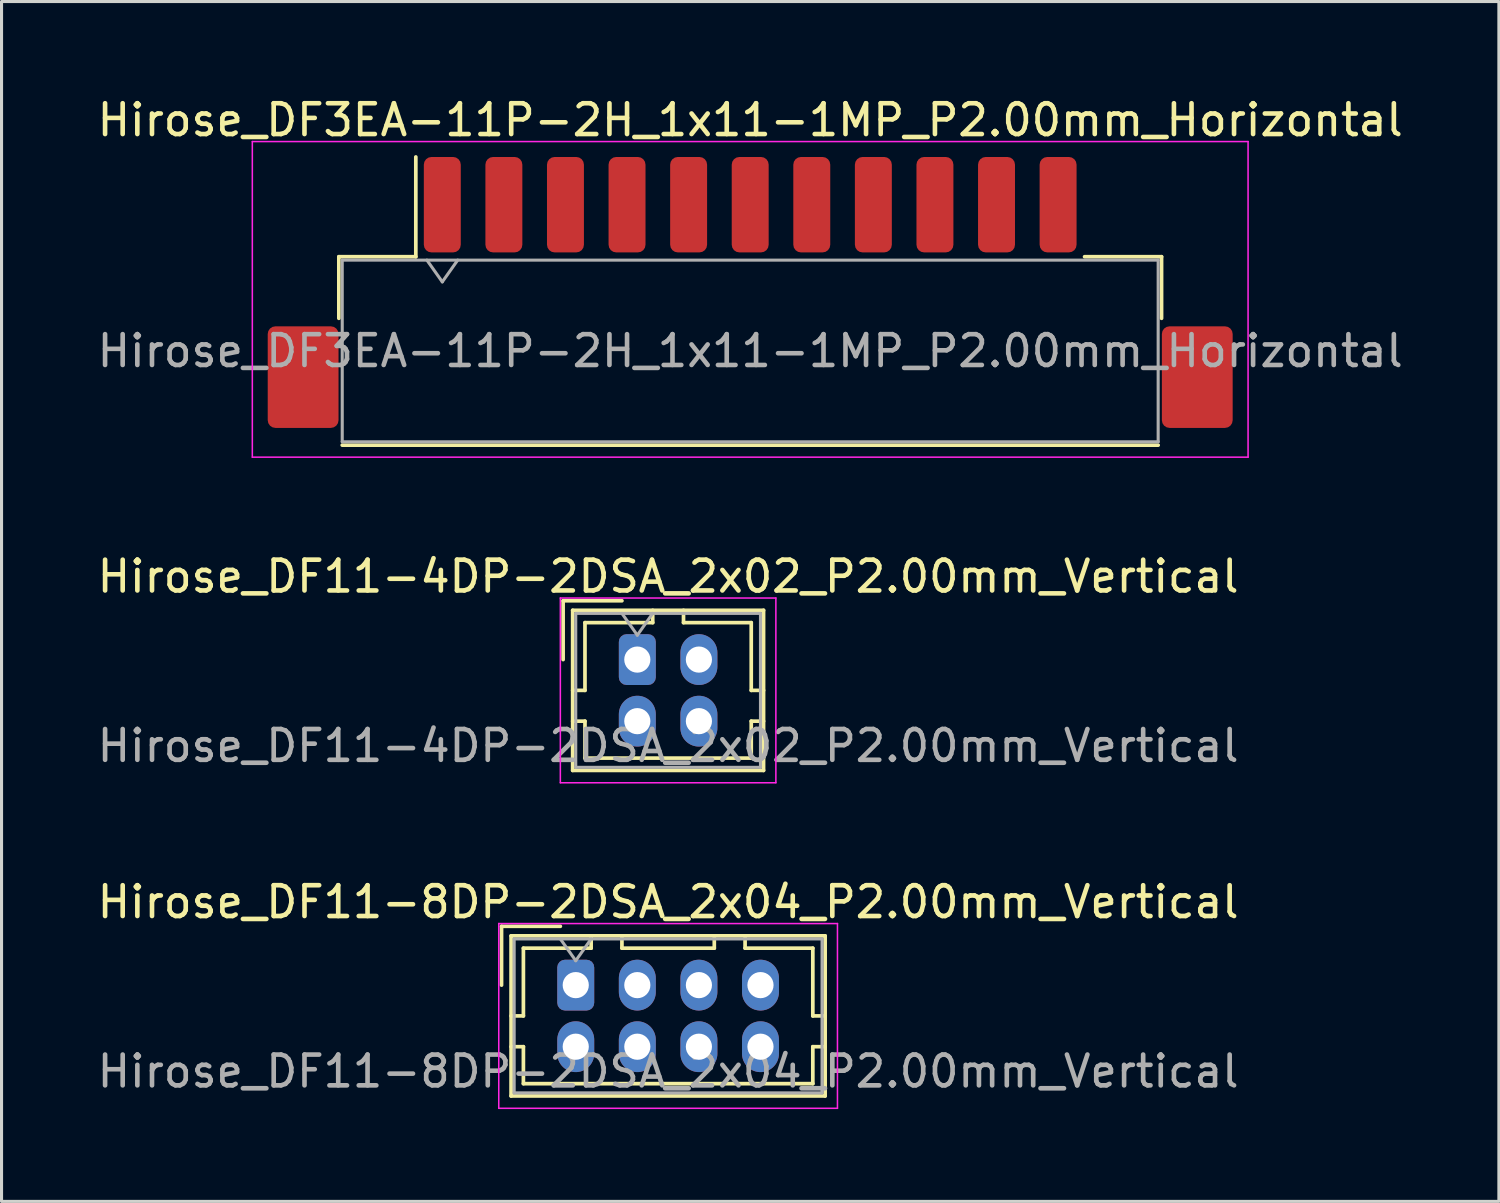
<source format=kicad_pcb>
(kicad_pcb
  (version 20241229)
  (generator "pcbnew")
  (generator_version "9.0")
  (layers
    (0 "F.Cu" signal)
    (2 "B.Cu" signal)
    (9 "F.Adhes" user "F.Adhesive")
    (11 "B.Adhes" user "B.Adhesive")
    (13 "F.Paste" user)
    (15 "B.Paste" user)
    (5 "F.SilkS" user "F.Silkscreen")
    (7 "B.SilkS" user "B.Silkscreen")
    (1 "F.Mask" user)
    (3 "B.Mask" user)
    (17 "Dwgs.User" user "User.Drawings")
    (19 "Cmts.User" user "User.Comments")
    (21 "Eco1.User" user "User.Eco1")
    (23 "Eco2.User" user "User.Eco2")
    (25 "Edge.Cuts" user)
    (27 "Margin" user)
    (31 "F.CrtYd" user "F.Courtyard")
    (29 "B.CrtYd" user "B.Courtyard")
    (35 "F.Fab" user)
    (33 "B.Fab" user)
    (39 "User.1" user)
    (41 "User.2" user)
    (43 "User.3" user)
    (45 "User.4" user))
  (footprint "Hirose_DF3EA-11P-2H_1x11-1MP_P2.00mm_Horizontal"
    (layer "F.Cu")
    (at 21.315 6.448)
    (property "Reference" "Hirose_DF3EA-11P-2H_1x11-1MP_P2.00mm_Horizontal" (at 0 -5.6 0) (layer "F.SilkS") (effects (font (size 1 1) (thickness 0.15))))
    (attr smd)
    (fp_line (start -13.36 -1.16) (end -10.86 -1.16) (stroke (width 0.12) (type solid)) (layer "F.SilkS"))
    (fp_line (start -13.36 0.84) (end -13.36 -1.16) (stroke (width 0.12) (type solid)) (layer "F.SilkS"))
    (fp_line (start -13.25 4.96) (end 13.25 4.96) (stroke (width 0.12) (type solid)) (layer "F.SilkS"))
    (fp_line (start -10.86 -1.16) (end -10.86 -4.4) (stroke (width 0.12) (type solid)) (layer "F.SilkS"))
    (fp_line (start 13.36 -1.16) (end 10.86 -1.16) (stroke (width 0.12) (type solid)) (layer "F.SilkS"))
    (fp_line (start 13.36 0.84) (end 13.36 -1.16) (stroke (width 0.12) (type solid)) (layer "F.SilkS"))
    (fp_line (start -16.17 -4.9) (end -16.17 5.35) (stroke (width 0.05) (type solid)) (layer "F.CrtYd"))
    (fp_line (start -16.17 5.35) (end 16.17 5.35) (stroke (width 0.05) (type solid)) (layer "F.CrtYd"))
    (fp_line (start 16.17 -4.9) (end -16.17 -4.9) (stroke (width 0.05) (type solid)) (layer "F.CrtYd"))
    (fp_line (start 16.17 5.35) (end 16.17 -4.9) (stroke (width 0.05) (type solid)) (layer "F.CrtYd"))
    (fp_line (start -13.25 -1.05) (end -13.25 4.85) (stroke (width 0.1) (type solid)) (layer "F.Fab"))
    (fp_line (start -13.25 -1.05) (end 13.25 -1.05) (stroke (width 0.1) (type solid)) (layer "F.Fab"))
    (fp_line (start -13.25 4.85) (end 13.25 4.85) (stroke (width 0.1) (type solid)) (layer "F.Fab"))
    (fp_line (start -10.5 -1.05) (end -10 -0.343) (stroke (width 0.1) (type solid)) (layer "F.Fab"))
    (fp_line (start -10 -0.343) (end -9.5 -1.05) (stroke (width 0.1) (type solid)) (layer "F.Fab"))
    (fp_line (start 13.25 -1.05) (end 13.25 4.85) (stroke (width 0.1) (type solid)) (layer "F.Fab"))
    (fp_text user "${REFERENCE}" (at 0 1.9 0) (layer "F.Fab") (effects (font (size 1 1) (thickness 0.15))))
    (pad "1" smd roundrect (at -10 -2.85) (size 1.2 3.1) (layers "F.Cu" "F.Mask" "F.Paste") (roundrect_rratio 0.208))
    (pad "2" smd roundrect (at -8 -2.85) (size 1.2 3.1) (layers "F.Cu" "F.Mask" "F.Paste") (roundrect_rratio 0.208))
    (pad "3" smd roundrect (at -6 -2.85) (size 1.2 3.1) (layers "F.Cu" "F.Mask" "F.Paste") (roundrect_rratio 0.208))
    (pad "4" smd roundrect (at -4 -2.85) (size 1.2 3.1) (layers "F.Cu" "F.Mask" "F.Paste") (roundrect_rratio 0.208))
    (pad "5" smd roundrect (at -2 -2.85) (size 1.2 3.1) (layers "F.Cu" "F.Mask" "F.Paste") (roundrect_rratio 0.208))
    (pad "6" smd roundrect (at 0 -2.85) (size 1.2 3.1) (layers "F.Cu" "F.Mask" "F.Paste") (roundrect_rratio 0.208))
    (pad "7" smd roundrect (at 2 -2.85) (size 1.2 3.1) (layers "F.Cu" "F.Mask" "F.Paste") (roundrect_rratio 0.208))
    (pad "8" smd roundrect (at 4 -2.85) (size 1.2 3.1) (layers "F.Cu" "F.Mask" "F.Paste") (roundrect_rratio 0.208))
    (pad "9" smd roundrect (at 6 -2.85) (size 1.2 3.1) (layers "F.Cu" "F.Mask" "F.Paste") (roundrect_rratio 0.208))
    (pad "10" smd roundrect (at 8 -2.85) (size 1.2 3.1) (layers "F.Cu" "F.Mask" "F.Paste") (roundrect_rratio 0.208))
    (pad "11" smd roundrect (at 10 -2.85) (size 1.2 3.1) (layers "F.Cu" "F.Mask" "F.Paste") (roundrect_rratio 0.208))
    (pad "MP" smd roundrect (at -14.52 2.75) (size 2.3 3.3) (layers "F.Cu" "F.Mask" "F.Paste") (roundrect_rratio 0.109))
    (pad "MP" smd roundrect (at 14.52 2.75) (size 2.3 3.3) (layers "F.Cu" "F.Mask" "F.Paste") (roundrect_rratio 0.109)))
  (footprint "Hirose_DF11-8DP-2DSA_2x04_P2.00mm_Vertical"
    (layer "F.Cu")
    (at 15.649 28.945)
    (property "Reference" "Hirose_DF11-8DP-2DSA_2x04_P2.00mm_Vertical" (at 3 -2.7 0) (layer "F.SilkS") (effects (font (size 1 1) (thickness 0.15))))
    (attr through_hole)
    (fp_line (start -2.41 -1.91) (end -0.5 -1.91) (stroke (width 0.12) (type solid)) (layer "F.SilkS"))
    (fp_line (start -2.41 0) (end -2.41 -1.91) (stroke (width 0.12) (type solid)) (layer "F.SilkS"))
    (fp_line (start -2.1 -1.6) (end -2.1 3.6) (stroke (width 0.12) (type solid)) (layer "F.SilkS"))
    (fp_line (start -2.1 1) (end -1.7 1) (stroke (width 0.12) (type solid)) (layer "F.SilkS"))
    (fp_line (start -2.1 2) (end -1.7 2) (stroke (width 0.12) (type solid)) (layer "F.SilkS"))
    (fp_line (start -2.1 3.6) (end 8.1 3.6) (stroke (width 0.12) (type solid)) (layer "F.SilkS"))
    (fp_line (start -1.7 -1.2) (end 0.5 -1.2) (stroke (width 0.12) (type solid)) (layer "F.SilkS"))
    (fp_line (start -1.7 1) (end -1.7 -1.2) (stroke (width 0.12) (type solid)) (layer "F.SilkS"))
    (fp_line (start -1.7 2) (end -1.7 3.2) (stroke (width 0.12) (type solid)) (layer "F.SilkS"))
    (fp_line (start -1.7 3.2) (end 7.7 3.2) (stroke (width 0.12) (type solid)) (layer "F.SilkS"))
    (fp_line (start 0.5 -1.2) (end 0.5 -1.6) (stroke (width 0.12) (type solid)) (layer "F.SilkS"))
    (fp_line (start 1.5 -1.6) (end 1.5 -1.2) (stroke (width 0.12) (type solid)) (layer "F.SilkS"))
    (fp_line (start 1.5 -1.2) (end 4.5 -1.2) (stroke (width 0.12) (type solid)) (layer "F.SilkS"))
    (fp_line (start 4.5 -1.2) (end 4.5 -1.6) (stroke (width 0.12) (type solid)) (layer "F.SilkS"))
    (fp_line (start 5.5 -1.2) (end 5.5 -1.6) (stroke (width 0.12) (type solid)) (layer "F.SilkS"))
    (fp_line (start 7.7 -1.2) (end 5.5 -1.2) (stroke (width 0.12) (type solid)) (layer "F.SilkS"))
    (fp_line (start 7.7 1) (end 7.7 -1.2) (stroke (width 0.12) (type solid)) (layer "F.SilkS"))
    (fp_line (start 7.7 2) (end 8.1 2) (stroke (width 0.12) (type solid)) (layer "F.SilkS"))
    (fp_line (start 7.7 3.2) (end 7.7 2) (stroke (width 0.12) (type solid)) (layer "F.SilkS"))
    (fp_line (start 8.1 -1.6) (end -2.1 -1.6) (stroke (width 0.12) (type solid)) (layer "F.SilkS"))
    (fp_line (start 8.1 1) (end 7.7 1) (stroke (width 0.12) (type solid)) (layer "F.SilkS"))
    (fp_line (start 8.1 3.6) (end 8.1 -1.6) (stroke (width 0.12) (type solid)) (layer "F.SilkS"))
    (fp_line (start -2.5 -2) (end -2.5 4) (stroke (width 0.05) (type solid)) (layer "F.CrtYd"))
    (fp_line (start -2.5 4) (end 8.5 4) (stroke (width 0.05) (type solid)) (layer "F.CrtYd"))
    (fp_line (start 8.5 -2) (end -2.5 -2) (stroke (width 0.05) (type solid)) (layer "F.CrtYd"))
    (fp_line (start 8.5 4) (end 8.5 -2) (stroke (width 0.05) (type solid)) (layer "F.CrtYd"))
    (fp_line (start -2 -1.5) (end -2 3.5) (stroke (width 0.1) (type solid)) (layer "F.Fab"))
    (fp_line (start -2 3.5) (end 8 3.5) (stroke (width 0.1) (type solid)) (layer "F.Fab"))
    (fp_line (start -0.5 -1.5) (end 0 -0.793) (stroke (width 0.1) (type solid)) (layer "F.Fab"))
    (fp_line (start 0 -0.793) (end 0.5 -1.5) (stroke (width 0.1) (type solid)) (layer "F.Fab"))
    (fp_line (start 8 -1.5) (end -2 -1.5) (stroke (width 0.1) (type solid)) (layer "F.Fab"))
    (fp_line (start 8 3.5) (end 8 -1.5) (stroke (width 0.1) (type solid)) (layer "F.Fab"))
    (fp_text user "${REFERENCE}" (at 3 2.8 0) (layer "F.Fab") (effects (font (size 1 1) (thickness 0.15))))
    (pad "1" thru_hole roundrect (at 0 0) (size 1.2 1.65) (drill 0.85) (layers "*.Cu" "*.Mask") (roundrect_rratio 0.208))
    (pad "2" thru_hole oval (at 0 2) (size 1.2 1.65) (drill 0.85) (layers "*.Cu" "*.Mask"))
    (pad "3" thru_hole oval (at 2 0) (size 1.2 1.65) (drill 0.85) (layers "*.Cu" "*.Mask"))
    (pad "4" thru_hole oval (at 2 2) (size 1.2 1.65) (drill 0.85) (layers "*.Cu" "*.Mask"))
    (pad "5" thru_hole oval (at 4 0) (size 1.2 1.65) (drill 0.85) (layers "*.Cu" "*.Mask"))
    (pad "6" thru_hole oval (at 4 2) (size 1.2 1.65) (drill 0.85) (layers "*.Cu" "*.Mask"))
    (pad "7" thru_hole oval (at 6 0) (size 1.2 1.65) (drill 0.85) (layers "*.Cu" "*.Mask"))
    (pad "8" thru_hole oval (at 6 2) (size 1.2 1.65) (drill 0.85) (layers "*.Cu" "*.Mask")))
  (footprint "Hirose_DF11-4DP-2DSA_2x02_P2.00mm_Vertical"
    (layer "F.Cu")
    (at 17.649 18.372)
    (property "Reference" "Hirose_DF11-4DP-2DSA_2x02_P2.00mm_Vertical" (at 1 -2.7 0) (layer "F.SilkS") (effects (font (size 1 1) (thickness 0.15))))
    (attr through_hole)
    (fp_line (start -2.41 -1.91) (end -0.5 -1.91) (stroke (width 0.12) (type solid)) (layer "F.SilkS"))
    (fp_line (start -2.41 0) (end -2.41 -1.91) (stroke (width 0.12) (type solid)) (layer "F.SilkS"))
    (fp_line (start -2.1 -1.6) (end -2.1 3.6) (stroke (width 0.12) (type solid)) (layer "F.SilkS"))
    (fp_line (start -2.1 1) (end -1.7 1) (stroke (width 0.12) (type solid)) (layer "F.SilkS"))
    (fp_line (start -2.1 2) (end -1.7 2) (stroke (width 0.12) (type solid)) (layer "F.SilkS"))
    (fp_line (start -2.1 3.6) (end 4.1 3.6) (stroke (width 0.12) (type solid)) (layer "F.SilkS"))
    (fp_line (start -1.7 -1.2) (end 0.5 -1.2) (stroke (width 0.12) (type solid)) (layer "F.SilkS"))
    (fp_line (start -1.7 1) (end -1.7 -1.2) (stroke (width 0.12) (type solid)) (layer "F.SilkS"))
    (fp_line (start -1.7 2) (end -1.7 3.2) (stroke (width 0.12) (type solid)) (layer "F.SilkS"))
    (fp_line (start -1.7 3.2) (end 3.7 3.2) (stroke (width 0.12) (type solid)) (layer "F.SilkS"))
    (fp_line (start 0.5 -1.2) (end 0.5 -1.6) (stroke (width 0.12) (type solid)) (layer "F.SilkS"))
    (fp_line (start 1.5 -1.2) (end 1.5 -1.6) (stroke (width 0.12) (type solid)) (layer "F.SilkS"))
    (fp_line (start 3.7 -1.2) (end 1.5 -1.2) (stroke (width 0.12) (type solid)) (layer "F.SilkS"))
    (fp_line (start 3.7 1) (end 3.7 -1.2) (stroke (width 0.12) (type solid)) (layer "F.SilkS"))
    (fp_line (start 3.7 2) (end 4.1 2) (stroke (width 0.12) (type solid)) (layer "F.SilkS"))
    (fp_line (start 3.7 3.2) (end 3.7 2) (stroke (width 0.12) (type solid)) (layer "F.SilkS"))
    (fp_line (start 4.1 -1.6) (end -2.1 -1.6) (stroke (width 0.12) (type solid)) (layer "F.SilkS"))
    (fp_line (start 4.1 1) (end 3.7 1) (stroke (width 0.12) (type solid)) (layer "F.SilkS"))
    (fp_line (start 4.1 3.6) (end 4.1 -1.6) (stroke (width 0.12) (type solid)) (layer "F.SilkS"))
    (fp_line (start -2.5 -2) (end -2.5 4) (stroke (width 0.05) (type solid)) (layer "F.CrtYd"))
    (fp_line (start -2.5 4) (end 4.5 4) (stroke (width 0.05) (type solid)) (layer "F.CrtYd"))
    (fp_line (start 4.5 -2) (end -2.5 -2) (stroke (width 0.05) (type solid)) (layer "F.CrtYd"))
    (fp_line (start 4.5 4) (end 4.5 -2) (stroke (width 0.05) (type solid)) (layer "F.CrtYd"))
    (fp_line (start -2 -1.5) (end -2 3.5) (stroke (width 0.1) (type solid)) (layer "F.Fab"))
    (fp_line (start -2 3.5) (end 4 3.5) (stroke (width 0.1) (type solid)) (layer "F.Fab"))
    (fp_line (start -0.5 -1.5) (end 0 -0.793) (stroke (width 0.1) (type solid)) (layer "F.Fab"))
    (fp_line (start 0 -0.793) (end 0.5 -1.5) (stroke (width 0.1) (type solid)) (layer "F.Fab"))
    (fp_line (start 4 -1.5) (end -2 -1.5) (stroke (width 0.1) (type solid)) (layer "F.Fab"))
    (fp_line (start 4 3.5) (end 4 -1.5) (stroke (width 0.1) (type solid)) (layer "F.Fab"))
    (fp_text user "${REFERENCE}" (at 1 2.8 0) (layer "F.Fab") (effects (font (size 1 1) (thickness 0.15))))
    (pad "1" thru_hole roundrect (at 0 0) (size 1.2 1.65) (drill 0.85) (layers "*.Cu" "*.Mask") (roundrect_rratio 0.208))
    (pad "2" thru_hole oval (at 0 2) (size 1.2 1.65) (drill 0.85) (layers "*.Cu" "*.Mask"))
    (pad "3" thru_hole oval (at 2 0) (size 1.2 1.65) (drill 0.85) (layers "*.Cu" "*.Mask"))
    (pad "4" thru_hole oval (at 2 2) (size 1.2 1.65) (drill 0.85) (layers "*.Cu" "*.Mask")))
  (gr_rect
    (start -3 -3)
    (end 45.631 35.97)
    (stroke (width 0.1) (type default))
    (fill no)
    (layer "Edge.Cuts")))
</source>
